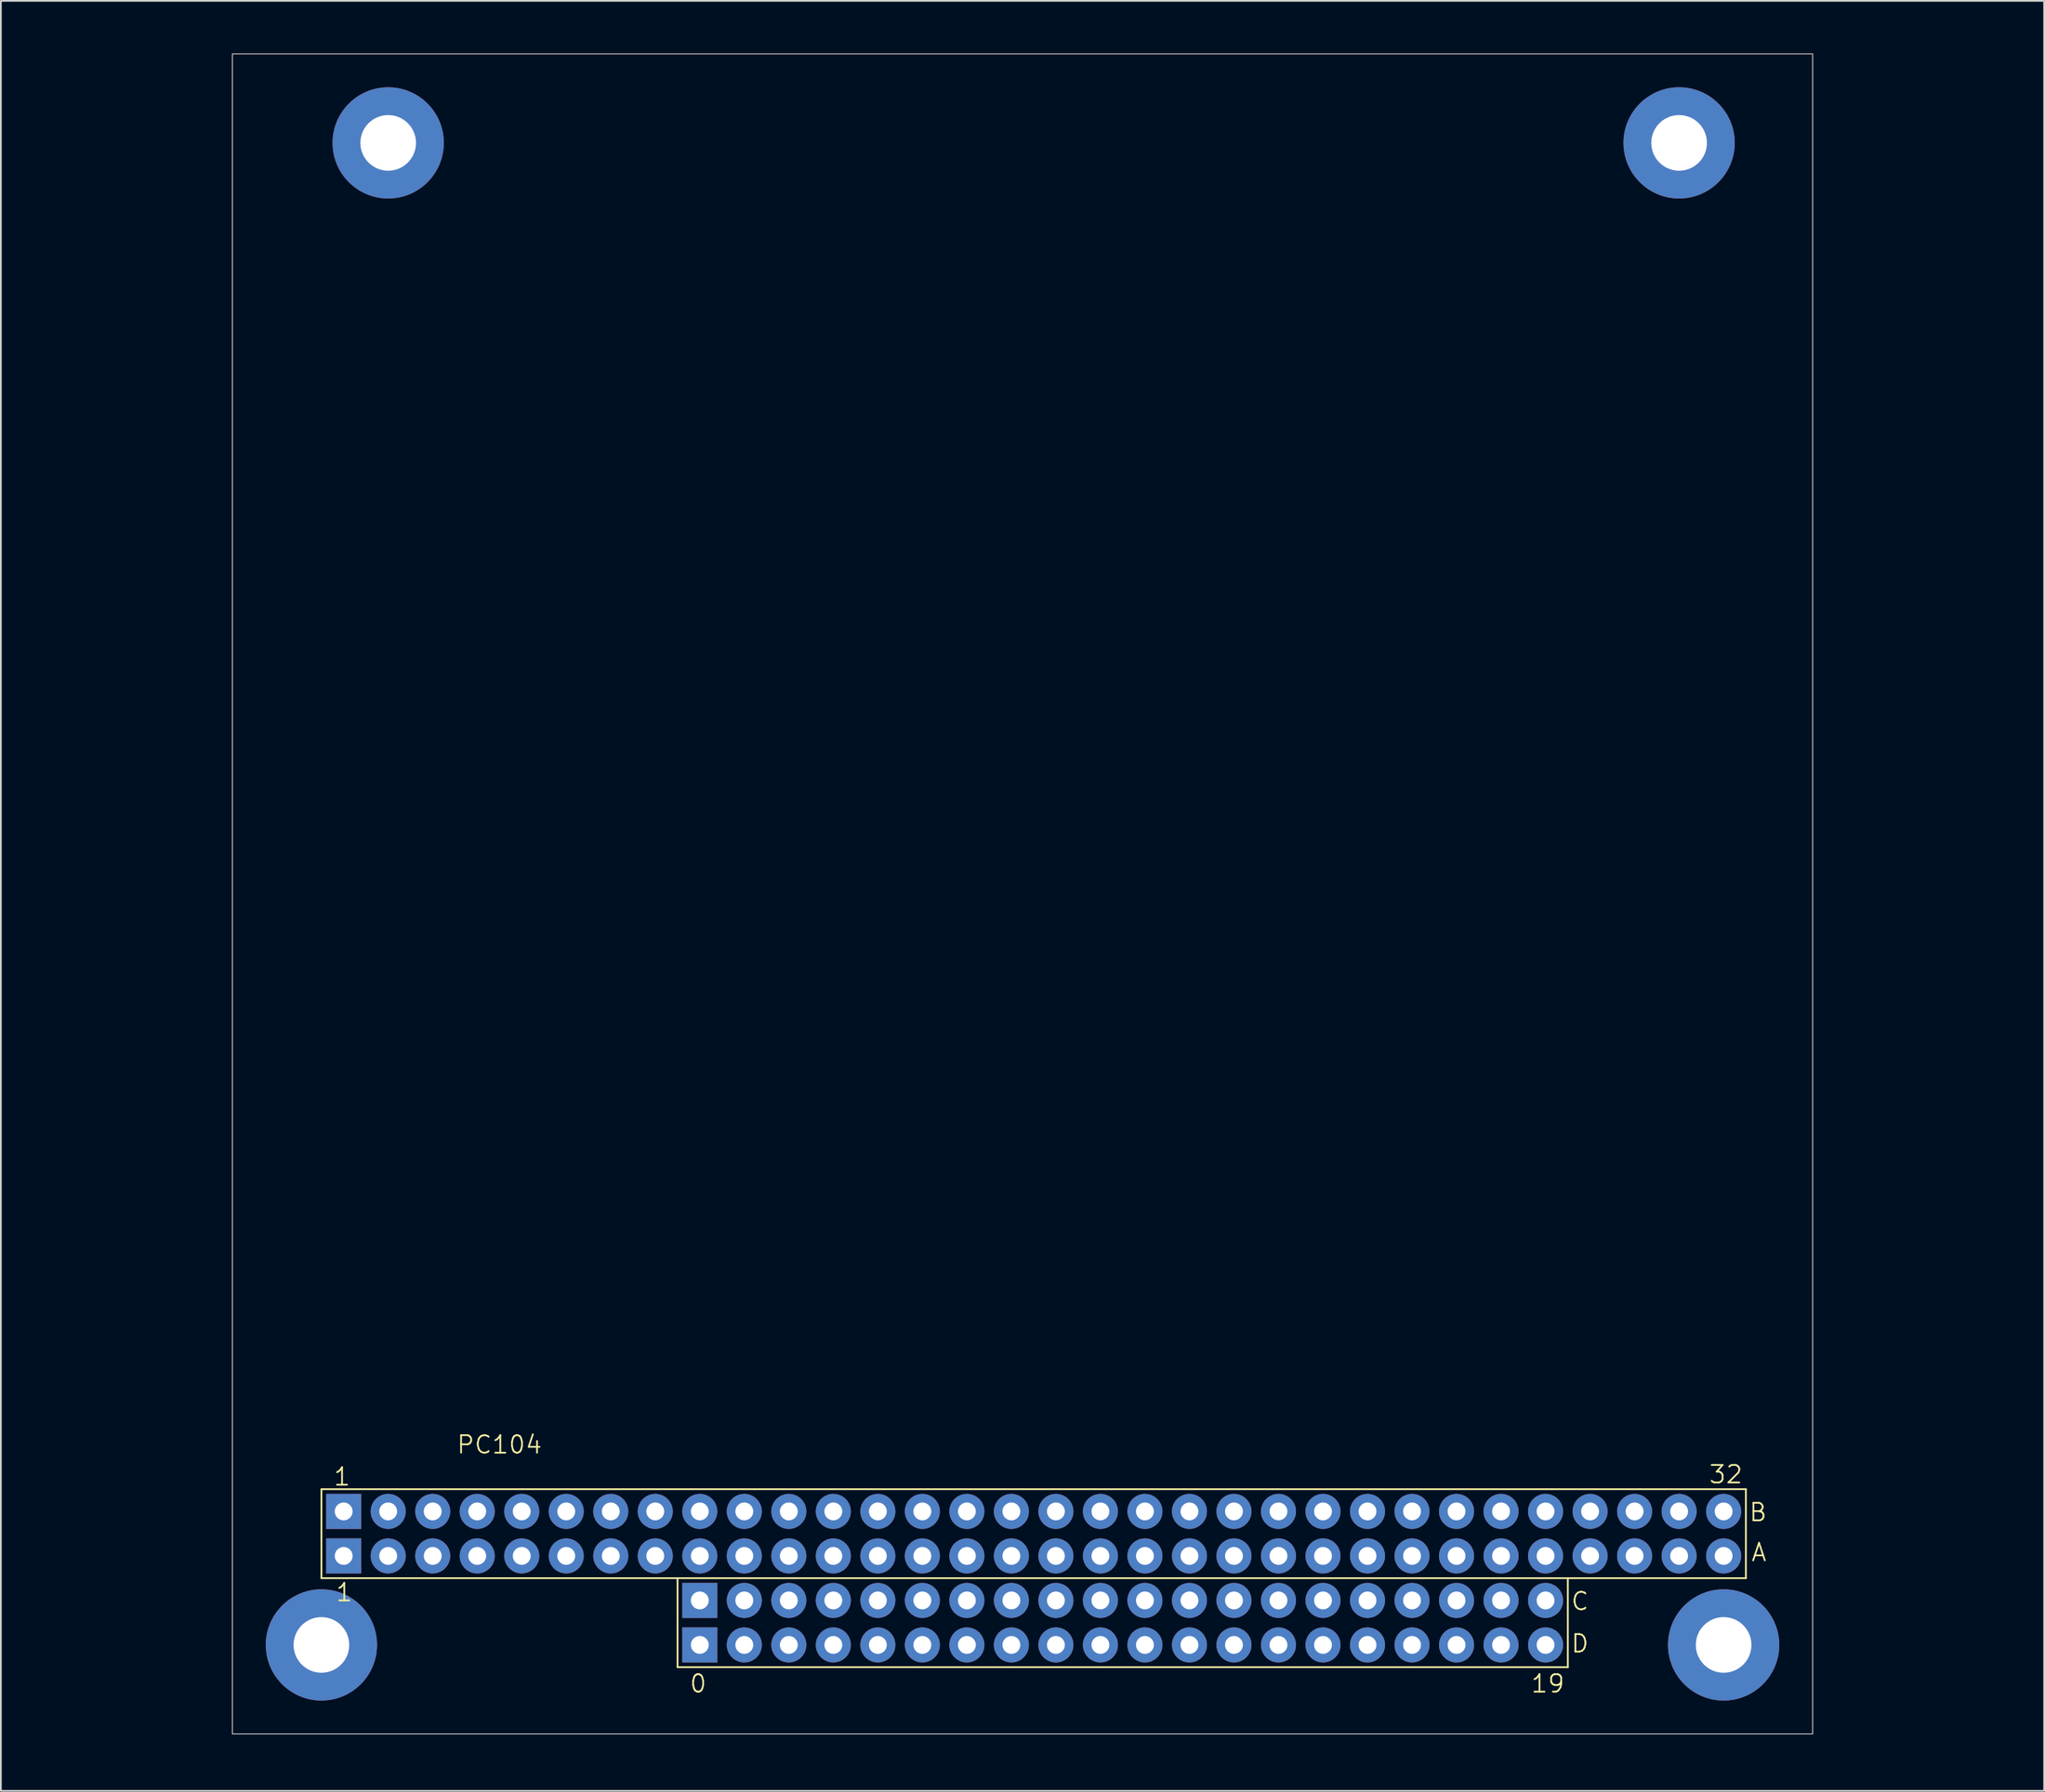
<source format=kicad_pcb>
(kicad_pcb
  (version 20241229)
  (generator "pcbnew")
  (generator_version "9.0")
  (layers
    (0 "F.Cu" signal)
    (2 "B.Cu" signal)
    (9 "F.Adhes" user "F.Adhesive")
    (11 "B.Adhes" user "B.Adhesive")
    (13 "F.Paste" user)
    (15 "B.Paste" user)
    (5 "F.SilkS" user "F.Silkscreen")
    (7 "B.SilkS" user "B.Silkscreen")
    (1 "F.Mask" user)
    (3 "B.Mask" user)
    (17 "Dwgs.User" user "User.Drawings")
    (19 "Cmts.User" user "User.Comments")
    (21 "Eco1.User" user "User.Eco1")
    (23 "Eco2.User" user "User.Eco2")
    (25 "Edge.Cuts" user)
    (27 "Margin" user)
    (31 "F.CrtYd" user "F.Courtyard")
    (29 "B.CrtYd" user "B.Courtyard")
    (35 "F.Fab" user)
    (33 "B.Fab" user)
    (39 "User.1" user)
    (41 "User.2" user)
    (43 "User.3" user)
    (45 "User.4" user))
  (footprint "PC104"
    (layer "F.Cu")
    (at 10.21 95.91)
    (property "Reference" "PC104" (at 15.24 -16.51 0) (unlocked yes) (layer "F.SilkS") (effects (font (size 1 1) (thickness 0.1))))
    (attr through_hole)
    (fp_line (start 5.08 -13.97) (end 5.08 -8.89) (stroke (width 0.1) (type default)) (layer "F.SilkS"))
    (fp_line (start 5.08 -8.89) (end 86.36 -8.89) (stroke (width 0.1) (type default)) (layer "F.SilkS"))
    (fp_line (start 25.4 -8.89) (end 25.4 -3.81) (stroke (width 0.1) (type default)) (layer "F.SilkS"))
    (fp_line (start 25.4 -3.81) (end 76.2 -3.81) (stroke (width 0.1) (type default)) (layer "F.SilkS"))
    (fp_line (start 76.2 -3.81) (end 76.2 -8.89) (stroke (width 0.1) (type default)) (layer "F.SilkS"))
    (fp_line (start 86.36 -13.97) (end 5.08 -13.97) (stroke (width 0.1) (type default)) (layer "F.SilkS"))
    (fp_line (start 86.36 -8.89) (end 86.36 -13.97) (stroke (width 0.1) (type default)) (layer "F.SilkS"))
    (fp_rect (start 0 -95.885) (end 90.17 0) (stroke (width 0.05) (type default)) (fill no) (layer "Edge.Cuts"))
    (fp_rect (start -10.16 -88.265) (end 0 -15.24) (stroke (width 0.1) (type default)) (fill no) (layer "User.1"))
    (fp_rect (start 90.17 -88.265) (end 100.33 -15.24) (stroke (width 0.1) (type default)) (fill no) (layer "User.1"))
    (fp_text user "D" (at 76.327 -4.572 0) (unlocked yes) (layer "F.SilkS") (effects (font (size 1 1) (thickness 0.1)) (justify left bottom)))
    (fp_text user "0" (at 26.035 -2.286 0) (unlocked yes) (layer "F.SilkS") (effects (font (size 1 1) (thickness 0.1)) (justify left bottom)))
    (fp_text user "B" (at 86.487 -12.065 0) (unlocked yes) (layer "F.SilkS") (effects (font (size 1 1) (thickness 0.1)) (justify left bottom)))
    (fp_text user "1" (at 5.842 -7.493 0) (unlocked yes) (layer "F.SilkS") (effects (font (size 1 1) (thickness 0.1)) (justify left bottom)))
    (fp_text user "A" (at 86.614 -9.779 0) (unlocked yes) (layer "F.SilkS") (effects (font (size 1 1) (thickness 0.1)) (justify left bottom)))
    (fp_text user "C" (at 76.327 -6.985 0) (unlocked yes) (layer "F.SilkS") (effects (font (size 1 1) (thickness 0.1)) (justify left bottom)))
    (fp_text user "19" (at 74.041 -2.286 0) (unlocked yes) (layer "F.SilkS") (effects (font (size 1 1) (thickness 0.1)) (justify left bottom)))
    (fp_text user "1" (at 5.715 -14.097 0) (unlocked yes) (layer "F.SilkS") (effects (font (size 1 1) (thickness 0.1)) (justify left bottom)))
    (fp_text user "32" (at 84.201 -14.224 0) (unlocked yes) (layer "F.SilkS") (effects (font (size 1 1) (thickness 0.1)) (justify left bottom)))
    (fp_text user "FOR USE WITH NORMAL SOLDERED CONNECTORS" (at 33.02 -1.778 0) (unlocked yes) (layer "User.1") (effects (font (size 1 1) (thickness 0.15)) (justify left bottom)))
    (fp_text user "I/O CONNECTOR REGIONS (INCLUDES MATING CONNECTORS)" (at 94.615 -29.845 90) (unlocked yes) (layer "User.1") (effects (font (size 1 1) (thickness 0.15)) (justify left bottom)))
    (fp_text user "Harwin M20-6103245 Digikey 952-2220-ND\nHarwin M20-6102045 Digikey 952-2219-ND" (at 26.543 -14.605 0) (unlocked yes) (layer "User.1") (effects (font (size 1 1) (thickness 0.15)) (justify left bottom)))
    (fp_text user "I/O CONNECTOR REGIONS (INCLUDES MATING CONNECTORS)" (at -4.445 -29.845 90) (unlocked yes) (layer "User.1") (effects (font (size 1 1) (thickness 0.15)) (justify left bottom)))
    (pad "" thru_hole circle (at 5.08 -5.08) (size 6.35 6.35) (drill 3.175) (layers "*.Cu" "*.Mask"))
    (pad "" thru_hole circle (at 8.89 -90.805) (size 6.35 6.35) (drill 3.175) (layers "*.Cu" "*.Mask"))
    (pad "" thru_hole circle (at 82.55 -90.805) (size 6.35 6.35) (drill 3.175) (layers "*.Cu" "*.Mask"))
    (pad "" thru_hole circle (at 85.09 -5.08) (size 6.35 6.35) (drill 3.175) (layers "*.Cu" "*.Mask"))
    (pad "A1" thru_hole rect (at 6.35 -10.16) (size 2 2) (drill 1.02) (layers "*.Cu" "*.Mask"))
    (pad "A2" thru_hole circle (at 8.89 -10.16) (size 2 2) (drill 1.02) (layers "*.Cu" "*.Mask"))
    (pad "A3" thru_hole circle (at 11.43 -10.16) (size 2 2) (drill 1.02) (layers "*.Cu" "*.Mask"))
    (pad "A4" thru_hole circle (at 13.97 -10.16) (size 2 2) (drill 1.02) (layers "*.Cu" "*.Mask"))
    (pad "A5" thru_hole circle (at 16.51 -10.16) (size 2 2) (drill 1.02) (layers "*.Cu" "*.Mask"))
    (pad "A6" thru_hole circle (at 19.05 -10.16) (size 2 2) (drill 1.02) (layers "*.Cu" "*.Mask"))
    (pad "A7" thru_hole circle (at 21.59 -10.16) (size 2 2) (drill 1.02) (layers "*.Cu" "*.Mask"))
    (pad "A8" thru_hole circle (at 24.13 -10.16) (size 2 2) (drill 1.02) (layers "*.Cu" "*.Mask"))
    (pad "A9" thru_hole circle (at 26.67 -10.16) (size 2 2) (drill 1.02) (layers "*.Cu" "*.Mask"))
    (pad "A10" thru_hole circle (at 29.21 -10.16) (size 2 2) (drill 1.02) (layers "*.Cu" "*.Mask"))
    (pad "A11" thru_hole circle (at 31.75 -10.16) (size 2 2) (drill 1.02) (layers "*.Cu" "*.Mask"))
    (pad "A12" thru_hole circle (at 34.29 -10.16) (size 2 2) (drill 1.02) (layers "*.Cu" "*.Mask"))
    (pad "A13" thru_hole circle (at 36.83 -10.16) (size 2 2) (drill 1.02) (layers "*.Cu" "*.Mask"))
    (pad "A14" thru_hole circle (at 39.37 -10.16) (size 2 2) (drill 1.02) (layers "*.Cu" "*.Mask"))
    (pad "A15" thru_hole circle (at 41.91 -10.16) (size 2 2) (drill 1.02) (layers "*.Cu" "*.Mask"))
    (pad "A16" thru_hole circle (at 44.45 -10.16) (size 2 2) (drill 1.02) (layers "*.Cu" "*.Mask"))
    (pad "A17" thru_hole circle (at 46.99 -10.16) (size 2 2) (drill 1.02) (layers "*.Cu" "*.Mask"))
    (pad "A18" thru_hole circle (at 49.53 -10.16) (size 2 2) (drill 1.02) (layers "*.Cu" "*.Mask"))
    (pad "A19" thru_hole circle (at 52.07 -10.16) (size 2 2) (drill 1.02) (layers "*.Cu" "*.Mask"))
    (pad "A20" thru_hole circle (at 54.61 -10.16) (size 2 2) (drill 1.02) (layers "*.Cu" "*.Mask"))
    (pad "A21" thru_hole circle (at 57.15 -10.16) (size 2 2) (drill 1.02) (layers "*.Cu" "*.Mask"))
    (pad "A22" thru_hole circle (at 59.69 -10.16) (size 2 2) (drill 1.02) (layers "*.Cu" "*.Mask"))
    (pad "A23" thru_hole circle (at 62.23 -10.16) (size 2 2) (drill 1.02) (layers "*.Cu" "*.Mask"))
    (pad "A24" thru_hole circle (at 64.77 -10.16) (size 2 2) (drill 1.02) (layers "*.Cu" "*.Mask"))
    (pad "A25" thru_hole circle (at 67.31 -10.16) (size 2 2) (drill 1.02) (layers "*.Cu" "*.Mask"))
    (pad "A26" thru_hole circle (at 69.85 -10.16) (size 2 2) (drill 1.02) (layers "*.Cu" "*.Mask"))
    (pad "A27" thru_hole circle (at 72.39 -10.16) (size 2 2) (drill 1.02) (layers "*.Cu" "*.Mask"))
    (pad "A28" thru_hole circle (at 74.93 -10.16) (size 2 2) (drill 1.02) (layers "*.Cu" "*.Mask"))
    (pad "A29" thru_hole circle (at 77.47 -10.16) (size 2 2) (drill 1.02) (layers "*.Cu" "*.Mask"))
    (pad "A30" thru_hole circle (at 80.01 -10.16) (size 2 2) (drill 1.02) (layers "*.Cu" "*.Mask"))
    (pad "A31" thru_hole circle (at 82.55 -10.16) (size 2 2) (drill 1.02) (layers "*.Cu" "*.Mask"))
    (pad "A32" thru_hole circle (at 85.09 -10.16) (size 2 2) (drill 1.02) (layers "*.Cu" "*.Mask"))
    (pad "B1" thru_hole rect (at 6.35 -12.7) (size 2 2) (drill 1.02) (layers "*.Cu" "*.Mask"))
    (pad "B2" thru_hole circle (at 8.89 -12.7) (size 2 2) (drill 1.02) (layers "*.Cu" "*.Mask"))
    (pad "B3" thru_hole circle (at 11.43 -12.7) (size 2 2) (drill 1.02) (layers "*.Cu" "*.Mask"))
    (pad "B4" thru_hole circle (at 13.97 -12.7) (size 2 2) (drill 1.02) (layers "*.Cu" "*.Mask"))
    (pad "B5" thru_hole circle (at 16.51 -12.7) (size 2 2) (drill 1.02) (layers "*.Cu" "*.Mask"))
    (pad "B6" thru_hole circle (at 19.05 -12.7) (size 2 2) (drill 1.02) (layers "*.Cu" "*.Mask"))
    (pad "B7" thru_hole circle (at 21.59 -12.7) (size 2 2) (drill 1.02) (layers "*.Cu" "*.Mask"))
    (pad "B8" thru_hole circle (at 24.13 -12.7) (size 2 2) (drill 1.02) (layers "*.Cu" "*.Mask"))
    (pad "B9" thru_hole circle (at 26.67 -12.7) (size 2 2) (drill 1.02) (layers "*.Cu" "*.Mask"))
    (pad "B10" thru_hole circle (at 29.21 -12.7) (size 2 2) (drill 1.02) (layers "*.Cu" "*.Mask"))
    (pad "B11" thru_hole circle (at 31.75 -12.7) (size 2 2) (drill 1.02) (layers "*.Cu" "*.Mask"))
    (pad "B12" thru_hole circle (at 34.29 -12.7) (size 2 2) (drill 1.02) (layers "*.Cu" "*.Mask"))
    (pad "B13" thru_hole circle (at 36.83 -12.7) (size 2 2) (drill 1.02) (layers "*.Cu" "*.Mask"))
    (pad "B14" thru_hole circle (at 39.37 -12.7) (size 2 2) (drill 1.02) (layers "*.Cu" "*.Mask"))
    (pad "B15" thru_hole circle (at 41.91 -12.7) (size 2 2) (drill 1.02) (layers "*.Cu" "*.Mask"))
    (pad "B16" thru_hole circle (at 44.45 -12.7) (size 2 2) (drill 1.02) (layers "*.Cu" "*.Mask"))
    (pad "B17" thru_hole circle (at 46.99 -12.7) (size 2 2) (drill 1.02) (layers "*.Cu" "*.Mask"))
    (pad "B18" thru_hole circle (at 49.53 -12.7) (size 2 2) (drill 1.02) (layers "*.Cu" "*.Mask"))
    (pad "B19" thru_hole circle (at 52.07 -12.7) (size 2 2) (drill 1.02) (layers "*.Cu" "*.Mask"))
    (pad "B20" thru_hole circle (at 54.61 -12.7) (size 2 2) (drill 1.02) (layers "*.Cu" "*.Mask"))
    (pad "B21" thru_hole circle (at 57.15 -12.7) (size 2 2) (drill 1.02) (layers "*.Cu" "*.Mask"))
    (pad "B22" thru_hole circle (at 59.69 -12.7) (size 2 2) (drill 1.02) (layers "*.Cu" "*.Mask"))
    (pad "B23" thru_hole circle (at 62.23 -12.7) (size 2 2) (drill 1.02) (layers "*.Cu" "*.Mask"))
    (pad "B24" thru_hole circle (at 64.77 -12.7) (size 2 2) (drill 1.02) (layers "*.Cu" "*.Mask"))
    (pad "B25" thru_hole circle (at 67.31 -12.7) (size 2 2) (drill 1.02) (layers "*.Cu" "*.Mask"))
    (pad "B26" thru_hole circle (at 69.85 -12.7) (size 2 2) (drill 1.02) (layers "*.Cu" "*.Mask"))
    (pad "B27" thru_hole circle (at 72.39 -12.7) (size 2 2) (drill 1.02) (layers "*.Cu" "*.Mask"))
    (pad "B28" thru_hole circle (at 74.93 -12.7) (size 2 2) (drill 1.02) (layers "*.Cu" "*.Mask"))
    (pad "B29" thru_hole circle (at 77.47 -12.7) (size 2 2) (drill 1.02) (layers "*.Cu" "*.Mask"))
    (pad "B30" thru_hole circle (at 80.01 -12.7) (size 2 2) (drill 1.02) (layers "*.Cu" "*.Mask"))
    (pad "B31" thru_hole circle (at 82.55 -12.7) (size 2 2) (drill 1.02) (layers "*.Cu" "*.Mask"))
    (pad "B32" thru_hole circle (at 85.09 -12.7) (size 2 2) (drill 1.02) (layers "*.Cu" "*.Mask"))
    (pad "C0" thru_hole rect (at 26.67 -7.62) (size 2 2) (drill 1.02) (layers "*.Cu" "*.Mask"))
    (pad "C1" thru_hole circle (at 29.21 -7.62) (size 2 2) (drill 1.02) (layers "*.Cu" "*.Mask"))
    (pad "C2" thru_hole circle (at 31.75 -7.62) (size 2 2) (drill 1.02) (layers "*.Cu" "*.Mask"))
    (pad "C3" thru_hole circle (at 34.29 -7.62) (size 2 2) (drill 1.02) (layers "*.Cu" "*.Mask"))
    (pad "C4" thru_hole circle (at 36.83 -7.62) (size 2 2) (drill 1.02) (layers "*.Cu" "*.Mask"))
    (pad "C5" thru_hole circle (at 39.37 -7.62) (size 2 2) (drill 1.02) (layers "*.Cu" "*.Mask"))
    (pad "C6" thru_hole circle (at 41.91 -7.62) (size 2 2) (drill 1.02) (layers "*.Cu" "*.Mask"))
    (pad "C7" thru_hole circle (at 44.45 -7.62) (size 2 2) (drill 1.02) (layers "*.Cu" "*.Mask"))
    (pad "C8" thru_hole circle (at 46.99 -7.62) (size 2 2) (drill 1.02) (layers "*.Cu" "*.Mask"))
    (pad "C9" thru_hole circle (at 49.53 -7.62) (size 2 2) (drill 1.02) (layers "*.Cu" "*.Mask"))
    (pad "C10" thru_hole circle (at 52.07 -7.62) (size 2 2) (drill 1.02) (layers "*.Cu" "*.Mask"))
    (pad "C11" thru_hole circle (at 54.61 -7.62) (size 2 2) (drill 1.02) (layers "*.Cu" "*.Mask"))
    (pad "C12" thru_hole circle (at 57.15 -7.62) (size 2 2) (drill 1.02) (layers "*.Cu" "*.Mask"))
    (pad "C13" thru_hole circle (at 59.69 -7.62) (size 2 2) (drill 1.02) (layers "*.Cu" "*.Mask"))
    (pad "C14" thru_hole circle (at 62.23 -7.62) (size 2 2) (drill 1.02) (layers "*.Cu" "*.Mask"))
    (pad "C15" thru_hole circle (at 64.77 -7.62) (size 2 2) (drill 1.02) (layers "*.Cu" "*.Mask"))
    (pad "C16" thru_hole circle (at 67.31 -7.62) (size 2 2) (drill 1.02) (layers "*.Cu" "*.Mask"))
    (pad "C17" thru_hole circle (at 69.85 -7.62) (size 2 2) (drill 1.02) (layers "*.Cu" "*.Mask"))
    (pad "C18" thru_hole circle (at 72.39 -7.62) (size 2 2) (drill 1.02) (layers "*.Cu" "*.Mask"))
    (pad "C19" thru_hole circle (at 74.93 -7.62) (size 2 2) (drill 1.02) (layers "*.Cu" "*.Mask"))
    (pad "D0" thru_hole rect (at 26.67 -5.08) (size 2 2) (drill 1.02) (layers "*.Cu" "*.Mask"))
    (pad "D1" thru_hole circle (at 29.21 -5.08) (size 2 2) (drill 1.02) (layers "*.Cu" "*.Mask"))
    (pad "D2" thru_hole circle (at 31.75 -5.08) (size 2 2) (drill 1.02) (layers "*.Cu" "*.Mask"))
    (pad "D3" thru_hole circle (at 34.29 -5.08) (size 2 2) (drill 1.02) (layers "*.Cu" "*.Mask"))
    (pad "D4" thru_hole circle (at 36.83 -5.08) (size 2 2) (drill 1.02) (layers "*.Cu" "*.Mask"))
    (pad "D5" thru_hole circle (at 39.37 -5.08) (size 2 2) (drill 1.02) (layers "*.Cu" "*.Mask"))
    (pad "D6" thru_hole circle (at 41.91 -5.08) (size 2 2) (drill 1.02) (layers "*.Cu" "*.Mask"))
    (pad "D7" thru_hole circle (at 44.45 -5.08) (size 2 2) (drill 1.02) (layers "*.Cu" "*.Mask"))
    (pad "D8" thru_hole circle (at 46.99 -5.08) (size 2 2) (drill 1.02) (layers "*.Cu" "*.Mask"))
    (pad "D9" thru_hole circle (at 49.53 -5.08) (size 2 2) (drill 1.02) (layers "*.Cu" "*.Mask"))
    (pad "D10" thru_hole circle (at 52.07 -5.08) (size 2 2) (drill 1.02) (layers "*.Cu" "*.Mask"))
    (pad "D11" thru_hole circle (at 54.61 -5.08) (size 2 2) (drill 1.02) (layers "*.Cu" "*.Mask"))
    (pad "D12" thru_hole circle (at 57.15 -5.08) (size 2 2) (drill 1.02) (layers "*.Cu" "*.Mask"))
    (pad "D13" thru_hole circle (at 59.69 -5.08) (size 2 2) (drill 1.02) (layers "*.Cu" "*.Mask"))
    (pad "D14" thru_hole circle (at 62.23 -5.08) (size 2 2) (drill 1.02) (layers "*.Cu" "*.Mask"))
    (pad "D15" thru_hole circle (at 64.77 -5.08) (size 2 2) (drill 1.02) (layers "*.Cu" "*.Mask"))
    (pad "D16" thru_hole circle (at 67.31 -5.08) (size 2 2) (drill 1.02) (layers "*.Cu" "*.Mask"))
    (pad "D17" thru_hole circle (at 69.85 -5.08) (size 2 2) (drill 1.02) (layers "*.Cu" "*.Mask"))
    (pad "D18" thru_hole circle (at 72.39 -5.08) (size 2 2) (drill 1.02) (layers "*.Cu" "*.Mask"))
    (pad "D19" thru_hole circle (at 74.93 -5.08) (size 2 2) (drill 1.02) (layers "*.Cu" "*.Mask")))
  (gr_rect
    (start -3 -3)
    (end 113.59 99.16)
    (stroke (width 0.1) (type default))
    (fill no)
    (layer "Edge.Cuts")))
</source>
